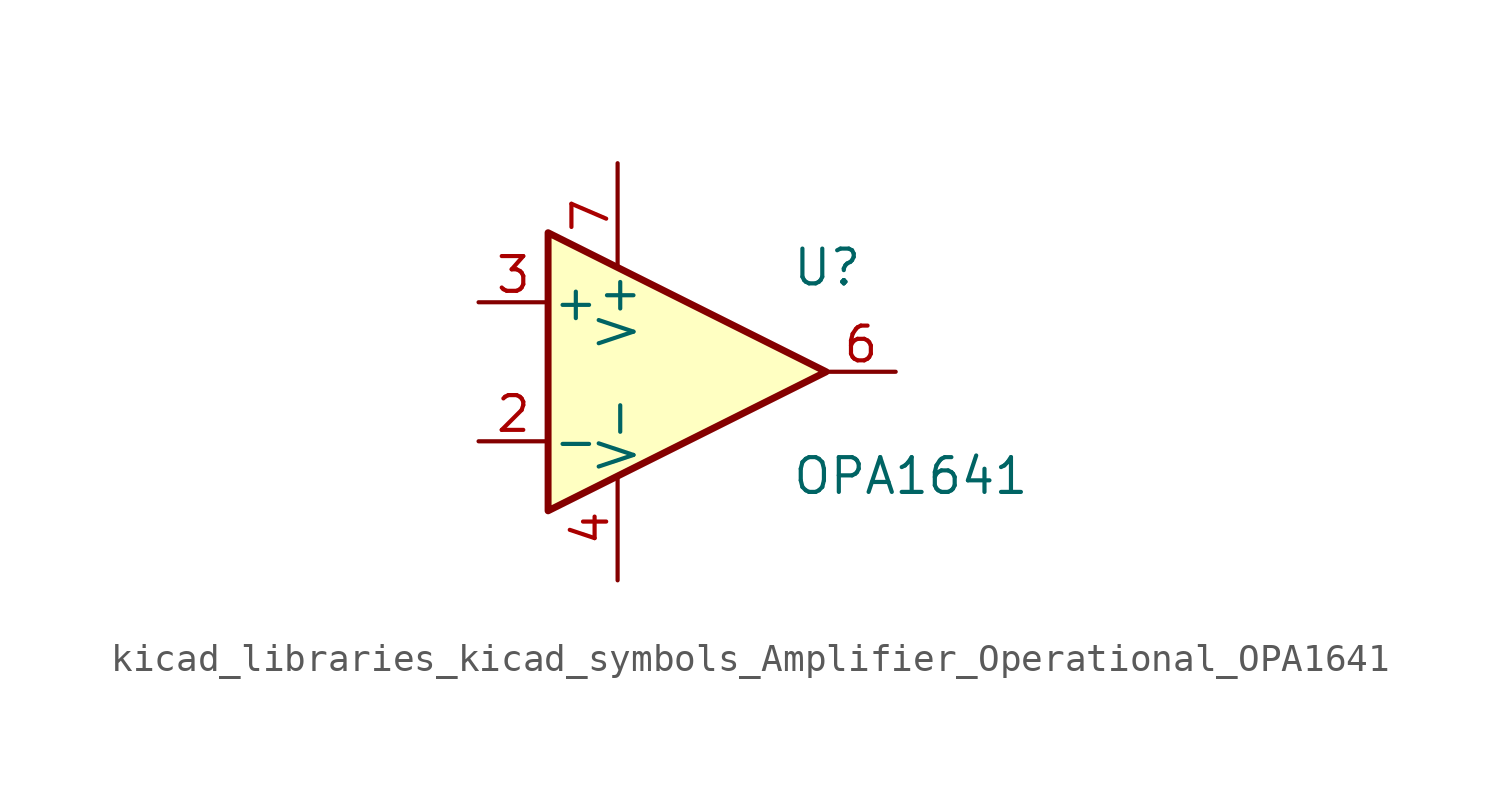
<source format=kicad_sym>
(kicad_symbol_lib
  (version 20220914)
  (generator kicad_symbol_editor)
  (symbol "kicad_libraries_kicad_symbols_Amplifier_Operational_OPA1641"
    (pin_names
      (offset 0.127))
    (property "Reference" "U"
      (at 3.81 3.81 0)
      (effects (font (size 1.27 1.27)) (justify left)))
    (property "Value" "OPA1641"
      (at 3.81 -3.81 0)
      (effects (font (size 1.27 1.27)) (justify left)))
    (symbol "kicad_libraries_kicad_symbols_Amplifier_Operational_OPA1641_0_1"
      (polyline (pts (xy 5.08 0) (xy -5.08 5.08) (xy -5.08 -5.08) (xy 5.08 0)) (stroke (width 0.254) (type default)) (fill (type background))))
    (symbol "kicad_libraries_kicad_symbols_Amplifier_Operational_OPA1641_1_1"
      (pin no_connect line (at -2.54 -2.54 90) (length 2.54) hide (name "NC" (effects (font (size 1.27 1.27)))) (number "1" (effects (font (size 1.27 1.27)))))
      (pin input line (at -7.62 -2.54 0) (length 2.54) (name "-" (effects (font (size 1.27 1.27)))) (number "2" (effects (font (size 1.27 1.27)))))
      (pin input line (at -7.62 2.54 0) (length 2.54) (name "+" (effects (font (size 1.27 1.27)))) (number "3" (effects (font (size 1.27 1.27)))))
      (pin power_in line (at -2.54 -7.62 90) (length 3.81) (name "V-" (effects (font (size 1.27 1.27)))) (number "4" (effects (font (size 1.27 1.27)))))
      (pin no_connect line (at 0 -2.54 90) (length 2.54) hide (name "NC" (effects (font (size 1.27 1.27)))) (number "5" (effects (font (size 1.27 1.27)))))
      (pin output line (at 7.62 0 180) (length 2.54) (name "~" (effects (font (size 1.27 1.27)))) (number "6" (effects (font (size 1.27 1.27)))))
      (pin power_in line (at -2.54 7.62 270) (length 3.81) (name "V+" (effects (font (size 1.27 1.27)))) (number "7" (effects (font (size 1.27 1.27)))))
      (pin no_connect line (at -5.08 -2.54 90) (length 2.54) hide (name "NC" (effects (font (size 1.27 1.27)))) (number "8" (effects (font (size 1.27 1.27))))))))
</source>
